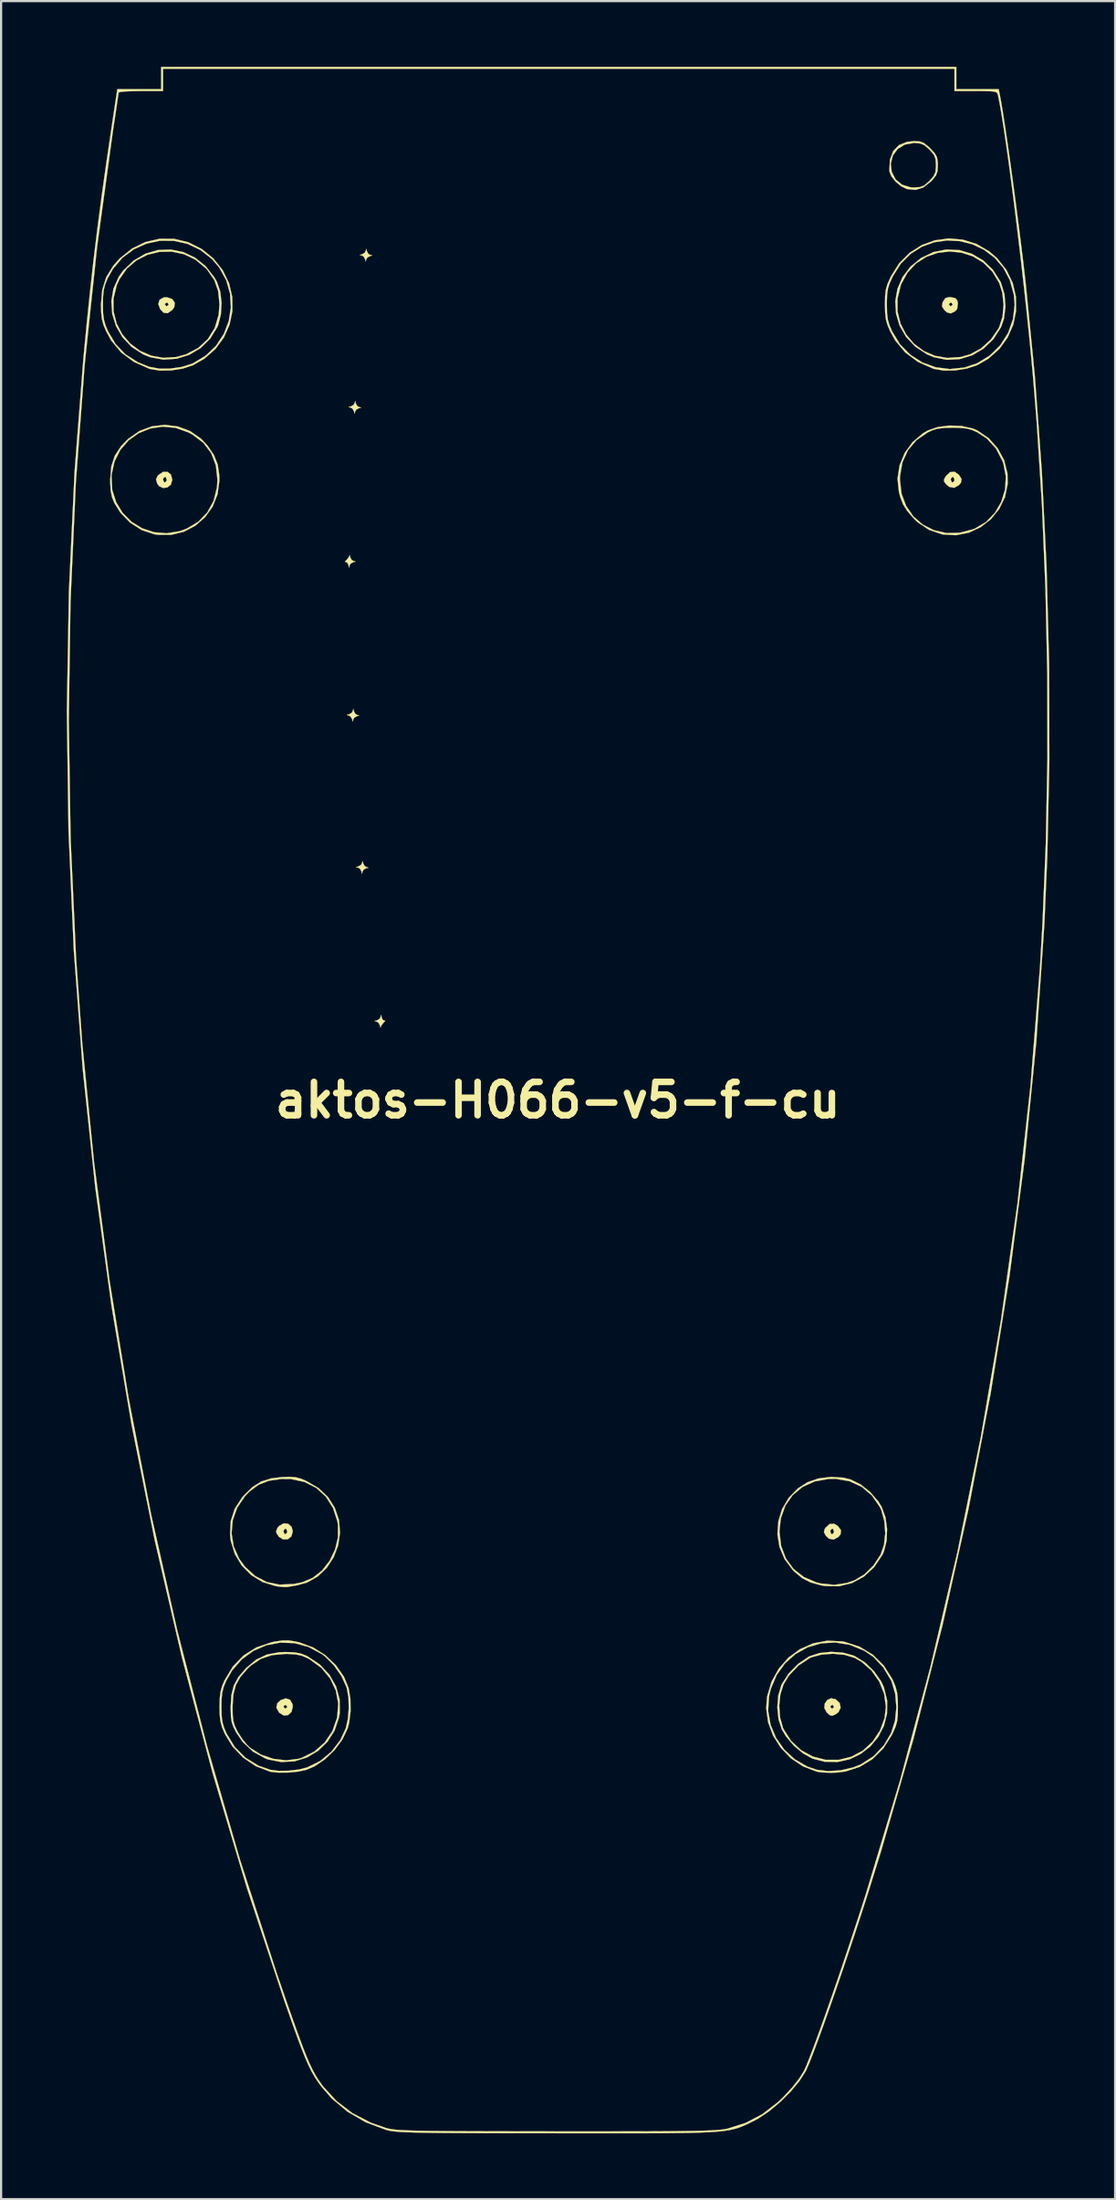
<source format=kicad_pcb>
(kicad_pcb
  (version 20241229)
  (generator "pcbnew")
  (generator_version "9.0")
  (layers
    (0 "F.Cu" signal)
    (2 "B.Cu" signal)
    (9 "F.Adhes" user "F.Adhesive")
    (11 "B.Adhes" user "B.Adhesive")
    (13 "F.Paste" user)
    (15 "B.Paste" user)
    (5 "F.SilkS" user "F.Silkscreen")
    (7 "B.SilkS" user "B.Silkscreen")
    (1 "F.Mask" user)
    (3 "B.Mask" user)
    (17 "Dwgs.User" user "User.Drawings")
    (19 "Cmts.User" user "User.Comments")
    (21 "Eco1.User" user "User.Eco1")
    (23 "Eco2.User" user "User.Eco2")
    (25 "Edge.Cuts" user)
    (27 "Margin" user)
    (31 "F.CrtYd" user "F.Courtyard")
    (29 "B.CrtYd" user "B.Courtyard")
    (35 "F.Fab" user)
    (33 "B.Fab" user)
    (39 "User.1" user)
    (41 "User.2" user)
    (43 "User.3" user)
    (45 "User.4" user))
  (footprint "aktos-H066-v5-f-cu"
    (layer "F.Cu")
    (at 22.431 47.164)
    (property "Reference" "aktos-H066-v5-f-cu" (at 0 0 0) (layer "F.SilkS") (effects (font (size 1.524 1.524) (thickness 0.3))))
    (attr through_hole)
    (fp_poly (pts (xy -9.489 -24.794) (xy -9.489 -24.792) (xy -9.413 -24.653) (xy -9.335 -24.612) (xy -9.236 -24.58) (xy -9.3 -24.565) (xy -9.328 -24.563) (xy -9.468 -24.484) (xy -9.509 -24.405) (xy -9.541 -24.301) (xy -9.554 -24.361) (xy -9.558 -24.405) (xy -9.616 -24.532) (xy -9.673 -24.555) (xy -9.729 -24.579) (xy -9.686 -24.618) (xy -9.573 -24.75) (xy -9.544 -24.807) (xy -9.504 -24.883) (xy -9.489 -24.794)) (stroke (width 0.01) (type solid)) (fill yes) (layer "F.SilkS"))
    (fp_poly (pts (xy -8.056 -3.833) (xy -8.053 -3.789) (xy -7.995 -3.662) (xy -7.938 -3.639) (xy -7.881 -3.615) (xy -7.925 -3.576) (xy -8.038 -3.444) (xy -8.066 -3.387) (xy -8.107 -3.311) (xy -8.121 -3.4) (xy -8.121 -3.402) (xy -8.198 -3.541) (xy -8.276 -3.582) (xy -8.375 -3.614) (xy -8.311 -3.629) (xy -8.282 -3.631) (xy -8.143 -3.71) (xy -8.102 -3.789) (xy -8.07 -3.893) (xy -8.056 -3.833)) (stroke (width 0.01) (type solid)) (fill yes) (layer "F.SilkS"))
    (fp_poly (pts (xy -9.325 -17.794) (xy -9.323 -17.765) (xy -9.244 -17.625) (xy -9.165 -17.584) (xy -9.066 -17.552) (xy -9.13 -17.538) (xy -9.159 -17.536) (xy -9.299 -17.456) (xy -9.34 -17.378) (xy -9.372 -17.279) (xy -9.386 -17.343) (xy -9.388 -17.372) (xy -9.468 -17.511) (xy -9.546 -17.552) (xy -9.645 -17.584) (xy -9.581 -17.599) (xy -9.552 -17.601) (xy -9.413 -17.68) (xy -9.372 -17.759) (xy -9.34 -17.858) (xy -9.325 -17.794)) (stroke (width 0.01) (type solid)) (fill yes) (layer "F.SilkS"))
    (fp_poly (pts (xy -9.241 -31.848) (xy -9.238 -31.82) (xy -9.159 -31.68) (xy -9.081 -31.639) (xy -8.982 -31.607) (xy -9.046 -31.593) (xy -9.074 -31.59) (xy -9.214 -31.511) (xy -9.255 -31.433) (xy -9.287 -31.334) (xy -9.301 -31.398) (xy -9.304 -31.426) (xy -9.383 -31.566) (xy -9.461 -31.607) (xy -9.56 -31.639) (xy -9.496 -31.653) (xy -9.468 -31.656) (xy -9.328 -31.735) (xy -9.287 -31.814) (xy -9.255 -31.912) (xy -9.241 -31.848)) (stroke (width 0.01) (type solid)) (fill yes) (layer "F.SilkS"))
    (fp_poly (pts (xy -8.902 -10.851) (xy -8.9 -10.822) (xy -8.82 -10.683) (xy -8.742 -10.642) (xy -8.643 -10.61) (xy -8.707 -10.595) (xy -8.736 -10.593) (xy -8.875 -10.514) (xy -8.916 -10.435) (xy -8.948 -10.336) (xy -8.963 -10.4) (xy -8.965 -10.429) (xy -9.044 -10.569) (xy -9.123 -10.61) (xy -9.222 -10.642) (xy -9.158 -10.656) (xy -9.129 -10.658) (xy -8.989 -10.738) (xy -8.948 -10.816) (xy -8.916 -10.915) (xy -8.902 -10.851)) (stroke (width 0.01) (type solid)) (fill yes) (layer "F.SilkS"))
    (fp_poly (pts (xy -8.733 -38.791) (xy -8.73 -38.762) (xy -8.651 -38.623) (xy -8.572 -38.582) (xy -8.474 -38.55) (xy -8.538 -38.535) (xy -8.566 -38.533) (xy -8.706 -38.454) (xy -8.747 -38.375) (xy -8.779 -38.276) (xy -8.793 -38.34) (xy -8.796 -38.369) (xy -8.875 -38.509) (xy -8.954 -38.55) (xy -9.052 -38.582) (xy -8.988 -38.596) (xy -8.96 -38.598) (xy -8.82 -38.678) (xy -8.779 -38.756) (xy -8.747 -38.855) (xy -8.733 -38.791)) (stroke (width 0.01) (type solid)) (fill yes) (layer "F.SilkS"))
    (fp_poly (pts (xy -17.611 -36.56) (xy -17.497 -36.395) (xy -17.522 -36.191) (xy -17.613 -36.066) (xy -17.824 -35.92) (xy -18.008 -35.939) (xy -18.165 -36.105) (xy -18.243 -36.322) (xy -17.949 -36.322) (xy -17.885 -36.24) (xy -17.865 -36.237) (xy -17.782 -36.302) (xy -17.78 -36.322) (xy -17.844 -36.404) (xy -17.865 -36.407) (xy -17.947 -36.342) (xy -17.949 -36.322) (xy -18.243 -36.322) (xy -18.25 -36.344) (xy -18.19 -36.534) (xy -18.006 -36.638) (xy -17.847 -36.644) (xy -17.611 -36.56)) (stroke (width 0.01) (type solid)) (fill yes) (layer "F.SilkS"))
    (fp_poly (pts (xy -12.316 19.336) (xy -12.16 19.475) (xy -12.107 19.685) (xy -12.173 19.915) (xy -12.336 20.042) (xy -12.547 20.048) (xy -12.736 19.933) (xy -12.844 19.777) (xy -12.869 19.685) (xy -12.531 19.685) (xy -12.485 19.798) (xy -12.446 19.812) (xy -12.371 19.743) (xy -12.361 19.685) (xy -12.407 19.572) (xy -12.446 19.558) (xy -12.521 19.627) (xy -12.531 19.685) (xy -12.869 19.685) (xy -12.814 19.536) (xy -12.736 19.437) (xy -12.524 19.316) (xy -12.316 19.336)) (stroke (width 0.01) (type solid)) (fill yes) (layer "F.SilkS"))
    (fp_poly (pts (xy -17.673 -28.554) (xy -17.611 -28.321) (xy -17.675 -28.099) (xy -17.832 -27.968) (xy -18.029 -27.939) (xy -18.214 -28.026) (xy -18.303 -28.151) (xy -18.349 -28.321) (xy -18.034 -28.321) (xy -17.988 -28.208) (xy -17.949 -28.194) (xy -17.874 -28.263) (xy -17.865 -28.321) (xy -17.91 -28.434) (xy -17.949 -28.448) (xy -18.024 -28.379) (xy -18.034 -28.321) (xy -18.349 -28.321) (xy -18.354 -28.337) (xy -18.282 -28.491) (xy -18.246 -28.532) (xy -18.036 -28.675) (xy -17.829 -28.677) (xy -17.673 -28.554)) (stroke (width 0.01) (type solid)) (fill yes) (layer "F.SilkS"))
    (fp_poly (pts (xy -12.231 27.37) (xy -12.12 27.565) (xy -12.107 27.686) (xy -12.169 27.929) (xy -12.324 28.068) (xy -12.525 28.084) (xy -12.728 27.956) (xy -12.729 27.954) (xy -12.856 27.731) (xy -12.847 27.686) (xy -12.531 27.686) (xy -12.466 27.768) (xy -12.446 27.771) (xy -12.364 27.706) (xy -12.361 27.686) (xy -12.426 27.604) (xy -12.446 27.601) (xy -12.528 27.666) (xy -12.531 27.686) (xy -12.847 27.686) (xy -12.816 27.529) (xy -12.663 27.386) (xy -12.424 27.304) (xy -12.231 27.37)) (stroke (width 0.01) (type solid)) (fill yes) (layer "F.SilkS"))
    (fp_poly (pts (xy 12.69 27.342) (xy 12.875 27.516) (xy 12.918 27.73) (xy 12.82 27.933) (xy 12.696 28.027) (xy 12.538 28.097) (xy 12.426 28.074) (xy 12.283 27.946) (xy 12.175 27.749) (xy 12.18 27.686) (xy 12.446 27.686) (xy 12.51 27.768) (xy 12.531 27.771) (xy 12.613 27.706) (xy 12.615 27.686) (xy 12.551 27.604) (xy 12.531 27.601) (xy 12.448 27.666) (xy 12.446 27.686) (xy 12.18 27.686) (xy 12.191 27.546) (xy 12.303 27.382) (xy 12.481 27.3) (xy 12.69 27.342)) (stroke (width 0.01) (type solid)) (fill yes) (layer "F.SilkS"))
    (fp_poly (pts (xy 12.791 19.437) (xy 12.935 19.629) (xy 12.915 19.813) (xy 12.821 19.933) (xy 12.604 20.055) (xy 12.385 20.016) (xy 12.24 19.879) (xy 12.156 19.717) (xy 12.164 19.685) (xy 12.446 19.685) (xy 12.492 19.798) (xy 12.531 19.812) (xy 12.606 19.743) (xy 12.615 19.685) (xy 12.57 19.572) (xy 12.531 19.558) (xy 12.456 19.627) (xy 12.446 19.685) (xy 12.164 19.685) (xy 12.19 19.576) (xy 12.224 19.52) (xy 12.413 19.347) (xy 12.628 19.337) (xy 12.791 19.437)) (stroke (width 0.01) (type solid)) (fill yes) (layer "F.SilkS"))
    (fp_poly (pts (xy 18.317 -28.547) (xy 18.442 -28.353) (xy 18.415 -28.184) (xy 18.324 -28.073) (xy 18.106 -27.951) (xy 17.879 -27.993) (xy 17.74 -28.107) (xy 17.641 -28.239) (xy 17.647 -28.321) (xy 17.949 -28.321) (xy 17.995 -28.208) (xy 18.034 -28.194) (xy 18.109 -28.263) (xy 18.119 -28.321) (xy 18.073 -28.434) (xy 18.034 -28.448) (xy 17.959 -28.379) (xy 17.949 -28.321) (xy 17.647 -28.321) (xy 17.649 -28.353) (xy 17.728 -28.488) (xy 17.916 -28.666) (xy 18.125 -28.681) (xy 18.317 -28.547)) (stroke (width 0.01) (type solid)) (fill yes) (layer "F.SilkS"))
    (fp_poly (pts (xy 17.971 -36.645) (xy 18.167 -36.602) (xy 18.252 -36.489) (xy 18.274 -36.369) (xy 18.242 -36.116) (xy 18.152 -36.009) (xy 17.948 -35.908) (xy 17.773 -35.957) (xy 17.653 -36.068) (xy 17.551 -36.225) (xy 17.562 -36.322) (xy 17.865 -36.322) (xy 17.929 -36.24) (xy 17.949 -36.237) (xy 18.032 -36.302) (xy 18.034 -36.322) (xy 17.97 -36.404) (xy 17.949 -36.407) (xy 17.867 -36.342) (xy 17.865 -36.322) (xy 17.562 -36.322) (xy 17.571 -36.39) (xy 17.598 -36.455) (xy 17.702 -36.607) (xy 17.863 -36.651) (xy 17.971 -36.645)) (stroke (width 0.01) (type solid)) (fill yes) (layer "F.SilkS"))
    (fp_poly (pts (xy 16.537 -43.757) (xy 16.723 -43.687) (xy 16.919 -43.531) (xy 17.018 -43.434) (xy 17.217 -43.219) (xy 17.318 -43.041) (xy 17.353 -42.828) (xy 17.357 -42.672) (xy 17.342 -42.405) (xy 17.278 -42.215) (xy 17.13 -42.025) (xy 17.029 -41.921) (xy 16.69 -41.656) (xy 16.343 -41.548) (xy 15.953 -41.586) (xy 15.944 -41.588) (xy 15.684 -41.712) (xy 15.432 -41.921) (xy 15.236 -42.166) (xy 15.144 -42.397) (xy 15.143 -42.413) (xy 15.161 -42.743) (xy 15.209 -42.743) (xy 15.249 -42.381) (xy 15.428 -42.027) (xy 15.724 -41.782) (xy 16.114 -41.664) (xy 16.26 -41.656) (xy 16.536 -41.673) (xy 16.734 -41.75) (xy 16.937 -41.92) (xy 16.973 -41.955) (xy 17.16 -42.166) (xy 17.248 -42.359) (xy 17.272 -42.618) (xy 17.272 -42.672) (xy 17.255 -42.95) (xy 17.18 -43.148) (xy 17.011 -43.35) (xy 16.973 -43.389) (xy 16.762 -43.576) (xy 16.568 -43.664) (xy 16.309 -43.688) (xy 16.26 -43.688) (xy 15.849 -43.615) (xy 15.523 -43.414) (xy 15.302 -43.114) (xy 15.209 -42.743) (xy 15.161 -42.743) (xy 15.17 -42.923) (xy 15.319 -43.317) (xy 15.584 -43.591) (xy 15.964 -43.742) (xy 16.29 -43.773) (xy 16.537 -43.757)) (stroke (width 0.01) (type solid)) (fill yes) (layer "F.SilkS"))
    (fp_poly (pts (xy -17.111 -38.708) (xy -16.573 -38.455) (xy -16.091 -38.068) (xy -15.685 -37.549) (xy -15.567 -37.339) (xy -15.42 -36.906) (xy -15.361 -36.394) (xy -15.392 -35.866) (xy -15.512 -35.386) (xy -15.553 -35.287) (xy -15.885 -34.751) (xy -16.324 -34.324) (xy -16.844 -34.017) (xy -17.417 -33.84) (xy -18.017 -33.801) (xy -18.617 -33.912) (xy -18.94 -34.041) (xy -19.469 -34.381) (xy -19.885 -34.82) (xy -20.182 -35.331) (xy -20.354 -35.888) (xy -20.395 -36.465) (xy -20.375 -36.583) (xy -20.299 -36.583) (xy -20.294 -35.996) (xy -20.154 -35.448) (xy -19.896 -34.956) (xy -19.536 -34.536) (xy -19.092 -34.205) (xy -18.58 -33.981) (xy -18.018 -33.879) (xy -17.422 -33.918) (xy -16.985 -34.04) (xy -16.425 -34.333) (xy -15.983 -34.741) (xy -15.669 -35.251) (xy -15.492 -35.85) (xy -15.455 -36.323) (xy -15.512 -36.921) (xy -15.691 -37.43) (xy -16.008 -37.889) (xy -16.073 -37.961) (xy -16.545 -38.357) (xy -17.074 -38.612) (xy -17.635 -38.731) (xy -18.203 -38.72) (xy -18.752 -38.583) (xy -19.256 -38.325) (xy -19.69 -37.95) (xy -20.029 -37.464) (xy -20.151 -37.191) (xy -20.299 -36.583) (xy -20.375 -36.583) (xy -20.298 -37.037) (xy -20.058 -37.578) (xy -19.852 -37.866) (xy -19.37 -38.324) (xy -18.833 -38.635) (xy -18.263 -38.801) (xy -17.682 -38.824) (xy -17.111 -38.708)) (stroke (width 0.01) (type solid)) (fill yes) (layer "F.SilkS"))
    (fp_poly (pts (xy 18.344 -38.797) (xy 18.912 -38.629) (xy 19.429 -38.328) (xy 19.872 -37.903) (xy 20.217 -37.361) (xy 20.247 -37.296) (xy 20.402 -36.783) (xy 20.447 -36.222) (xy 20.381 -35.675) (xy 20.245 -35.283) (xy 19.896 -34.737) (xy 19.449 -34.306) (xy 18.929 -33.999) (xy 18.36 -33.825) (xy 17.766 -33.793) (xy 17.173 -33.913) (xy 16.867 -34.04) (xy 16.324 -34.395) (xy 15.906 -34.839) (xy 15.614 -35.348) (xy 15.45 -35.898) (xy 15.417 -36.466) (xy 15.437 -36.585) (xy 15.516 -36.585) (xy 15.517 -35.993) (xy 15.654 -35.441) (xy 15.911 -34.946) (xy 16.269 -34.526) (xy 16.713 -34.196) (xy 17.227 -33.973) (xy 17.792 -33.875) (xy 18.394 -33.917) (xy 18.829 -34.04) (xy 19.333 -34.312) (xy 19.778 -34.715) (xy 20.123 -35.209) (xy 20.164 -35.29) (xy 20.317 -35.77) (xy 20.362 -36.318) (xy 20.3 -36.871) (xy 20.163 -37.296) (xy 19.846 -37.821) (xy 19.436 -38.227) (xy 18.957 -38.515) (xy 18.434 -38.685) (xy 17.889 -38.737) (xy 17.347 -38.672) (xy 16.832 -38.491) (xy 16.367 -38.194) (xy 15.978 -37.781) (xy 15.687 -37.253) (xy 15.667 -37.201) (xy 15.516 -36.585) (xy 15.437 -36.585) (xy 15.514 -37.029) (xy 15.744 -37.563) (xy 16.108 -38.043) (xy 16.588 -38.434) (xy 17.158 -38.707) (xy 17.752 -38.826) (xy 18.344 -38.797)) (stroke (width 0.01) (type solid)) (fill yes) (layer "F.SilkS"))
    (fp_poly (pts (xy -17.353 -30.747) (xy -16.792 -30.535) (xy -16.291 -30.185) (xy -16.004 -29.879) (xy -15.707 -29.441) (xy -15.535 -29.009) (xy -15.465 -28.516) (xy -15.461 -28.279) (xy -15.544 -27.654) (xy -15.768 -27.091) (xy -16.114 -26.607) (xy -16.559 -26.219) (xy -17.083 -25.945) (xy -17.666 -25.802) (xy -18.287 -25.806) (xy -18.428 -25.829) (xy -19.009 -26.023) (xy -19.537 -26.359) (xy -19.979 -26.813) (xy -20.255 -27.254) (xy -20.364 -27.521) (xy -20.424 -27.809) (xy -20.446 -28.181) (xy -20.447 -28.321) (xy -20.434 -28.477) (xy -20.389 -28.477) (xy -20.354 -27.853) (xy -20.175 -27.289) (xy -19.875 -26.8) (xy -19.473 -26.399) (xy -18.991 -26.101) (xy -18.448 -25.921) (xy -17.866 -25.873) (xy -17.264 -25.971) (xy -16.965 -26.078) (xy -16.432 -26.393) (xy -16.014 -26.824) (xy -15.723 -27.354) (xy -15.57 -27.965) (xy -15.548 -28.321) (xy -15.621 -28.973) (xy -15.836 -29.534) (xy -16.194 -30.004) (xy -16.694 -30.382) (xy -16.865 -30.475) (xy -17.457 -30.685) (xy -18.049 -30.742) (xy -18.62 -30.657) (xy -19.148 -30.443) (xy -19.61 -30.113) (xy -19.985 -29.679) (xy -20.25 -29.154) (xy -20.383 -28.55) (xy -20.389 -28.477) (xy -20.434 -28.477) (xy -20.398 -28.916) (xy -20.238 -29.412) (xy -19.948 -29.853) (xy -19.622 -30.186) (xy -19.107 -30.543) (xy -18.538 -30.754) (xy -17.944 -30.821) (xy -17.353 -30.747)) (stroke (width 0.01) (type solid)) (fill yes) (layer "F.SilkS"))
    (fp_poly (pts (xy 13.041 17.231) (xy 13.364 17.31) (xy 13.828 17.538) (xy 14.271 17.889) (xy 14.641 18.319) (xy 14.797 18.574) (xy 14.966 19.042) (xy 15.039 19.576) (xy 15.016 20.116) (xy 14.895 20.601) (xy 14.831 20.743) (xy 14.453 21.309) (xy 13.984 21.744) (xy 13.44 22.039) (xy 12.84 22.186) (xy 12.202 22.176) (xy 12.023 22.144) (xy 11.542 22.01) (xy 11.16 21.815) (xy 10.808 21.522) (xy 10.736 21.449) (xy 10.358 20.946) (xy 10.125 20.39) (xy 10.031 19.807) (xy 10.04 19.685) (xy 10.122 19.685) (xy 10.197 20.338) (xy 10.414 20.911) (xy 10.761 21.39) (xy 11.227 21.76) (xy 11.801 22.008) (xy 12.022 22.062) (xy 12.626 22.123) (xy 13.195 22.039) (xy 13.556 21.913) (xy 14.009 21.64) (xy 14.419 21.237) (xy 14.746 20.743) (xy 14.901 20.292) (xy 14.957 19.763) (xy 14.917 19.22) (xy 14.78 18.721) (xy 14.712 18.573) (xy 14.348 18.045) (xy 13.884 17.65) (xy 13.331 17.395) (xy 12.702 17.285) (xy 12.375 17.287) (xy 11.733 17.401) (xy 11.18 17.652) (xy 10.728 18.026) (xy 10.393 18.508) (xy 10.186 19.085) (xy 10.122 19.685) (xy 10.04 19.685) (xy 10.073 19.222) (xy 10.245 18.662) (xy 10.545 18.153) (xy 10.966 17.721) (xy 11.402 17.441) (xy 11.904 17.267) (xy 12.473 17.196) (xy 13.041 17.231)) (stroke (width 0.01) (type solid)) (fill yes) (layer "F.SilkS"))
    (fp_poly (pts (xy 13.021 25.218) (xy 13.504 25.348) (xy 13.565 25.375) (xy 14.028 25.664) (xy 14.447 26.07) (xy 14.774 26.538) (xy 14.896 26.803) (xy 15.043 27.409) (xy 15.037 27.998) (xy 14.897 28.552) (xy 14.64 29.054) (xy 14.282 29.488) (xy 13.84 29.836) (xy 13.333 30.081) (xy 12.776 30.207) (xy 12.187 30.196) (xy 11.633 30.051) (xy 11.201 29.814) (xy 10.78 29.461) (xy 10.422 29.039) (xy 10.232 28.721) (xy 10.081 28.252) (xy 10.027 27.712) (xy 10.032 27.645) (xy 10.112 27.645) (xy 10.152 28.179) (xy 10.284 28.65) (xy 10.313 28.712) (xy 10.662 29.252) (xy 11.115 29.671) (xy 11.645 29.96) (xy 12.229 30.109) (xy 12.843 30.108) (xy 13.416 29.966) (xy 13.941 29.683) (xy 14.382 29.274) (xy 14.718 28.77) (xy 14.926 28.204) (xy 14.986 27.686) (xy 14.906 27.096) (xy 14.68 26.535) (xy 14.331 26.038) (xy 13.882 25.64) (xy 13.56 25.457) (xy 13.101 25.317) (xy 12.574 25.266) (xy 12.047 25.304) (xy 11.584 25.43) (xy 11.506 25.465) (xy 10.993 25.804) (xy 10.561 26.259) (xy 10.312 26.662) (xy 10.165 27.117) (xy 10.112 27.645) (xy 10.032 27.645) (xy 10.071 27.17) (xy 10.213 26.692) (xy 10.231 26.654) (xy 10.547 26.166) (xy 10.977 25.73) (xy 11.465 25.401) (xy 11.498 25.384) (xy 11.952 25.236) (xy 12.481 25.181) (xy 13.021 25.218)) (stroke (width 0.01) (type solid)) (fill yes) (layer "F.SilkS"))
    (fp_poly (pts (xy -11.968 17.214) (xy -11.726 17.28) (xy -11.499 17.376) (xy -10.93 17.706) (xy -10.495 18.121) (xy -10.187 18.608) (xy -9.996 19.171) (xy -9.95 19.752) (xy -10.036 20.325) (xy -10.241 20.863) (xy -10.553 21.341) (xy -10.959 21.733) (xy -11.447 22.014) (xy -11.896 22.141) (xy -12.145 22.183) (xy -12.334 22.216) (xy -12.361 22.221) (xy -12.518 22.223) (xy -12.765 22.198) (xy -12.876 22.181) (xy -13.476 21.999) (xy -14.002 21.679) (xy -14.435 21.244) (xy -14.754 20.716) (xy -14.938 20.117) (xy -14.971 19.841) (xy -14.968 19.769) (xy -14.903 19.769) (xy -14.808 20.362) (xy -14.562 20.923) (xy -14.292 21.293) (xy -13.823 21.72) (xy -13.3 21.993) (xy -12.715 22.113) (xy -12.059 22.082) (xy -11.676 22.005) (xy -11.19 21.801) (xy -10.766 21.464) (xy -10.422 21.024) (xy -10.175 20.511) (xy -10.042 19.955) (xy -10.041 19.387) (xy -10.066 19.234) (xy -10.269 18.613) (xy -10.597 18.097) (xy -11.036 17.697) (xy -11.571 17.426) (xy -12.187 17.294) (xy -12.636 17.29) (xy -13.206 17.373) (xy -13.671 17.555) (xy -14.079 17.857) (xy -14.292 18.077) (xy -14.646 18.599) (xy -14.85 19.172) (xy -14.903 19.769) (xy -14.968 19.769) (xy -14.941 19.216) (xy -14.76 18.655) (xy -14.421 18.133) (xy -14.333 18.032) (xy -13.939 17.651) (xy -13.539 17.403) (xy -13.08 17.261) (xy -12.603 17.205) (xy -12.237 17.193) (xy -11.968 17.214)) (stroke (width 0.01) (type solid)) (fill yes) (layer "F.SilkS"))
    (fp_poly (pts (xy 18.44 -30.769) (xy 18.942 -30.659) (xy 19.161 -30.568) (xy 19.682 -30.213) (xy 20.096 -29.748) (xy 20.387 -29.202) (xy 20.539 -28.605) (xy 20.55 -28.133) (xy 20.425 -27.525) (xy 20.161 -26.981) (xy 19.783 -26.517) (xy 19.313 -26.152) (xy 18.774 -25.902) (xy 18.188 -25.786) (xy 17.579 -25.821) (xy 17.555 -25.826) (xy 16.955 -26.031) (xy 16.429 -26.383) (xy 16.25 -26.557) (xy 15.963 -26.891) (xy 15.773 -27.19) (xy 15.644 -27.521) (xy 15.581 -27.758) (xy 15.523 -28.321) (xy 15.626 -28.321) (xy 15.701 -27.68) (xy 15.913 -27.116) (xy 16.243 -26.642) (xy 16.671 -26.27) (xy 17.178 -26.014) (xy 17.744 -25.884) (xy 18.35 -25.896) (xy 18.977 -26.059) (xy 19.059 -26.093) (xy 19.562 -26.392) (xy 19.966 -26.807) (xy 20.259 -27.31) (xy 20.43 -27.871) (xy 20.466 -28.461) (xy 20.355 -29.051) (xy 20.318 -29.158) (xy 20.018 -29.737) (xy 19.603 -30.194) (xy 19.163 -30.483) (xy 18.916 -30.593) (xy 18.67 -30.657) (xy 18.365 -30.686) (xy 18.034 -30.692) (xy 17.637 -30.683) (xy 17.348 -30.648) (xy 17.107 -30.576) (xy 16.904 -30.482) (xy 16.387 -30.129) (xy 15.996 -29.669) (xy 15.741 -29.116) (xy 15.63 -28.484) (xy 15.626 -28.321) (xy 15.523 -28.321) (xy 15.518 -28.369) (xy 15.61 -28.971) (xy 15.843 -29.535) (xy 16.203 -30.033) (xy 16.677 -30.435) (xy 16.905 -30.567) (xy 17.358 -30.723) (xy 17.891 -30.79) (xy 18.44 -30.769)) (stroke (width 0.01) (type solid)) (fill yes) (layer "F.SilkS"))
    (fp_poly (pts (xy -17.529 -39.312) (xy -16.883 -39.158) (xy -16.271 -38.852) (xy -15.743 -38.424) (xy -15.307 -37.881) (xy -15.018 -37.284) (xy -14.872 -36.657) (xy -14.865 -36.021) (xy -14.994 -35.4) (xy -15.253 -34.814) (xy -15.639 -34.288) (xy -16.147 -33.842) (xy -16.66 -33.549) (xy -17.13 -33.392) (xy -17.66 -33.308) (xy -18.184 -33.301) (xy -18.637 -33.377) (xy -18.669 -33.388) (xy -19.367 -33.698) (xy -19.942 -34.124) (xy -20.397 -34.669) (xy -20.631 -35.094) (xy -20.755 -35.391) (xy -20.827 -35.66) (xy -20.86 -35.97) (xy -20.867 -36.322) (xy -20.782 -36.322) (xy -20.773 -35.922) (xy -20.735 -35.622) (xy -20.657 -35.354) (xy -20.547 -35.094) (xy -20.199 -34.506) (xy -19.752 -34.041) (xy -19.187 -33.682) (xy -18.669 -33.472) (xy -18.228 -33.389) (xy -17.709 -33.389) (xy -17.179 -33.465) (xy -16.705 -33.614) (xy -16.665 -33.632) (xy -16.077 -33.985) (xy -15.606 -34.44) (xy -15.256 -34.974) (xy -15.03 -35.563) (xy -14.934 -36.183) (xy -14.971 -36.812) (xy -15.147 -37.425) (xy -15.465 -37.999) (xy -15.785 -38.377) (xy -16.322 -38.803) (xy -16.915 -39.084) (xy -17.539 -39.224) (xy -18.172 -39.226) (xy -18.79 -39.095) (xy -19.369 -38.836) (xy -19.887 -38.451) (xy -20.319 -37.947) (xy -20.558 -37.524) (xy -20.677 -37.236) (xy -20.746 -36.966) (xy -20.776 -36.648) (xy -20.782 -36.322) (xy -20.867 -36.322) (xy -20.81 -36.989) (xy -20.628 -37.564) (xy -20.307 -38.084) (xy -20.008 -38.42) (xy -19.447 -38.87) (xy -18.833 -39.168) (xy -18.186 -39.316) (xy -17.529 -39.312)) (stroke (width 0.01) (type solid)) (fill yes) (layer "F.SilkS"))
    (fp_poly (pts (xy 12.974 24.702) (xy 13.092 24.723) (xy 13.783 24.946) (xy 14.387 25.311) (xy 14.89 25.808) (xy 15.281 26.426) (xy 15.309 26.486) (xy 15.428 26.774) (xy 15.497 27.047) (xy 15.528 27.37) (xy 15.534 27.688) (xy 15.528 28.07) (xy 15.497 28.351) (xy 15.427 28.599) (xy 15.302 28.884) (xy 15.261 28.968) (xy 14.873 29.58) (xy 14.378 30.071) (xy 13.793 30.428) (xy 13.136 30.64) (xy 12.725 30.693) (xy 12.373 30.699) (xy 12.038 30.68) (xy 11.831 30.647) (xy 11.202 30.408) (xy 10.65 30.039) (xy 10.189 29.565) (xy 9.836 29.01) (xy 9.607 28.399) (xy 9.535 27.874) (xy 9.606 27.874) (xy 9.719 28.515) (xy 9.971 29.114) (xy 10.346 29.646) (xy 10.829 30.089) (xy 11.403 30.418) (xy 11.831 30.563) (xy 12.347 30.626) (xy 12.923 30.588) (xy 13.492 30.457) (xy 13.85 30.313) (xy 14.432 29.938) (xy 14.899 29.44) (xy 15.227 28.881) (xy 15.403 28.326) (xy 15.465 27.708) (xy 15.411 27.088) (xy 15.243 26.526) (xy 15.227 26.491) (xy 14.866 25.889) (xy 14.407 25.406) (xy 13.996 25.128) (xy 13.339 24.861) (xy 12.676 24.752) (xy 12.03 24.791) (xy 11.418 24.969) (xy 10.862 25.275) (xy 10.382 25.7) (xy 9.997 26.234) (xy 9.729 26.868) (xy 9.646 27.214) (xy 9.606 27.874) (xy 9.535 27.874) (xy 9.518 27.754) (xy 9.561 27.214) (xy 9.764 26.538) (xy 10.095 25.944) (xy 10.534 25.446) (xy 11.062 25.059) (xy 11.657 24.797) (xy 12.302 24.673) (xy 12.974 24.702)) (stroke (width 0.01) (type solid)) (fill yes) (layer "F.SilkS"))
    (fp_poly (pts (xy 18.499 -39.275) (xy 19.122 -39.08) (xy 19.707 -38.739) (xy 20.061 -38.433) (xy 20.493 -37.891) (xy 20.78 -37.294) (xy 20.925 -36.665) (xy 20.932 -36.026) (xy 20.805 -35.402) (xy 20.549 -34.815) (xy 20.168 -34.287) (xy 19.666 -33.842) (xy 19.159 -33.551) (xy 18.685 -33.393) (xy 18.152 -33.308) (xy 17.626 -33.301) (xy 17.172 -33.379) (xy 17.145 -33.388) (xy 16.447 -33.698) (xy 15.872 -34.125) (xy 15.416 -34.671) (xy 15.181 -35.094) (xy 15.056 -35.389) (xy 14.984 -35.655) (xy 14.951 -35.96) (xy 14.944 -36.324) (xy 15.028 -36.324) (xy 15.038 -35.925) (xy 15.074 -35.628) (xy 15.151 -35.362) (xy 15.266 -35.094) (xy 15.628 -34.502) (xy 16.097 -34.025) (xy 16.649 -33.671) (xy 17.261 -33.449) (xy 17.908 -33.368) (xy 18.569 -33.437) (xy 19.156 -33.634) (xy 19.739 -33.99) (xy 20.215 -34.461) (xy 20.571 -35.023) (xy 20.793 -35.649) (xy 20.869 -36.317) (xy 20.832 -36.761) (xy 20.651 -37.422) (xy 20.351 -37.986) (xy 19.952 -38.45) (xy 19.474 -38.81) (xy 18.939 -39.065) (xy 18.366 -39.209) (xy 17.777 -39.241) (xy 17.191 -39.157) (xy 16.63 -38.954) (xy 16.115 -38.628) (xy 15.664 -38.178) (xy 15.307 -37.611) (xy 15.165 -37.304) (xy 15.081 -37.05) (xy 15.041 -36.782) (xy 15.029 -36.431) (xy 15.028 -36.324) (xy 14.944 -36.324) (xy 14.951 -36.706) (xy 14.983 -36.989) (xy 15.055 -37.239) (xy 15.181 -37.527) (xy 15.222 -37.61) (xy 15.601 -38.207) (xy 16.077 -38.681) (xy 16.627 -39.028) (xy 17.229 -39.246) (xy 17.861 -39.329) (xy 18.499 -39.275)) (stroke (width 0.01) (type solid)) (fill yes) (layer "F.SilkS"))
    (fp_poly (pts (xy -12.051 25.203) (xy -11.756 25.254) (xy -11.492 25.355) (xy -11.43 25.386) (xy -10.871 25.759) (xy -10.434 26.225) (xy -10.129 26.762) (xy -9.968 27.349) (xy -9.961 27.965) (xy -9.995 28.17) (xy -10.198 28.773) (xy -10.526 29.287) (xy -10.957 29.702) (xy -11.465 30.002) (xy -12.03 30.176) (xy -12.626 30.21) (xy -13.231 30.091) (xy -13.341 30.052) (xy -13.912 29.743) (xy -14.39 29.299) (xy -14.692 28.859) (xy -14.82 28.61) (xy -14.895 28.391) (xy -14.932 28.141) (xy -14.942 27.798) (xy -14.943 27.686) (xy -14.858 27.686) (xy -14.852 28.063) (xy -14.823 28.331) (xy -14.759 28.553) (xy -14.647 28.788) (xy -14.608 28.859) (xy -14.415 29.157) (xy -14.19 29.431) (xy -14.058 29.559) (xy -13.561 29.871) (xy -12.995 30.065) (xy -12.406 30.132) (xy -11.841 30.063) (xy -11.69 30.016) (xy -11.116 29.728) (xy -10.646 29.314) (xy -10.295 28.793) (xy -10.083 28.187) (xy -10.079 28.17) (xy -10.03 27.543) (xy -10.14 26.945) (xy -10.399 26.397) (xy -10.796 25.918) (xy -11.321 25.53) (xy -11.43 25.471) (xy -11.696 25.356) (xy -11.978 25.296) (xy -12.343 25.275) (xy -12.446 25.275) (xy -13.057 25.33) (xy -13.57 25.502) (xy -14.02 25.804) (xy -14.167 25.942) (xy -14.499 26.322) (xy -14.711 26.701) (xy -14.823 27.132) (xy -14.858 27.668) (xy -14.858 27.686) (xy -14.943 27.686) (xy -14.91 27.148) (xy -14.8 26.714) (xy -14.589 26.329) (xy -14.254 25.939) (xy -14.212 25.896) (xy -13.767 25.53) (xy -13.287 25.304) (xy -12.73 25.201) (xy -12.446 25.19) (xy -12.051 25.203)) (stroke (width 0.01) (type solid)) (fill yes) (layer "F.SilkS"))
    (fp_poly (pts (xy -11.985 24.708) (xy -11.796 24.752) (xy -11.181 24.979) (xy -10.618 25.334) (xy -10.138 25.791) (xy -9.769 26.32) (xy -9.557 26.835) (xy -9.474 27.329) (xy -9.467 27.886) (xy -9.533 28.421) (xy -9.599 28.669) (xy -9.84 29.177) (xy -10.2 29.662) (xy -10.639 30.086) (xy -11.121 30.409) (xy -11.499 30.568) (xy -11.881 30.648) (xy -12.326 30.691) (xy -12.761 30.694) (xy -13.115 30.654) (xy -13.145 30.647) (xy -13.793 30.399) (xy -14.374 30.009) (xy -14.86 29.499) (xy -15.215 28.914) (xy -15.339 28.618) (xy -15.411 28.352) (xy -15.445 28.046) (xy -15.452 27.686) (xy -15.367 27.686) (xy -15.358 28.084) (xy -15.321 28.382) (xy -15.244 28.648) (xy -15.13 28.914) (xy -14.757 29.523) (xy -14.267 30.014) (xy -13.676 30.376) (xy -13.145 30.562) (xy -12.76 30.613) (xy -12.293 30.607) (xy -11.822 30.55) (xy -11.447 30.455) (xy -10.85 30.159) (xy -10.335 29.73) (xy -9.929 29.195) (xy -9.684 28.664) (xy -9.588 28.235) (xy -9.548 27.735) (xy -9.566 27.238) (xy -9.643 26.819) (xy -9.651 26.794) (xy -9.883 26.287) (xy -10.227 25.798) (xy -10.633 25.391) (xy -10.776 25.283) (xy -11.391 24.955) (xy -12.034 24.782) (xy -12.683 24.759) (xy -13.314 24.878) (xy -13.906 25.134) (xy -14.436 25.521) (xy -14.88 26.031) (xy -15.144 26.491) (xy -15.262 26.775) (xy -15.331 27.042) (xy -15.361 27.358) (xy -15.367 27.686) (xy -15.452 27.686) (xy -15.442 27.284) (xy -15.404 26.984) (xy -15.327 26.719) (xy -15.226 26.486) (xy -14.844 25.85) (xy -14.357 25.347) (xy -13.766 24.977) (xy -13.072 24.743) (xy -12.928 24.713) (xy -12.582 24.662) (xy -12.297 24.659) (xy -11.985 24.708)) (stroke (width 0.01) (type solid)) (fill yes) (layer "F.SilkS"))
    (fp_poly (pts (xy 18.203 -46.143) (xy 20.137 -46.143) (xy 20.185 -45.91) (xy 20.254 -45.537) (xy 20.34 -45.018) (xy 20.439 -44.375) (xy 20.549 -43.631) (xy 20.666 -42.808) (xy 20.787 -41.929) (xy 20.91 -41.016) (xy 21.03 -40.091) (xy 21.146 -39.177) (xy 21.254 -38.296) (xy 21.35 -37.47) (xy 21.375 -37.253) (xy 21.791 -33.028) (xy 22.108 -28.704) (xy 22.325 -24.32) (xy 22.44 -19.914) (xy 22.452 -15.525) (xy 22.36 -11.192) (xy 22.224 -8.043) (xy 21.857 -2.678) (xy 21.325 2.685) (xy 20.63 8.038) (xy 19.773 13.37) (xy 18.756 18.671) (xy 17.58 23.931) (xy 16.249 29.14) (xy 14.763 34.288) (xy 14.168 36.195) (xy 13.879 37.093) (xy 13.579 38.01) (xy 13.273 38.928) (xy 12.968 39.83) (xy 12.67 40.698) (xy 12.384 41.516) (xy 12.118 42.266) (xy 11.876 42.931) (xy 11.665 43.493) (xy 11.492 43.936) (xy 11.361 44.241) (xy 11.321 44.323) (xy 11.031 44.775) (xy 10.628 45.257) (xy 10.154 45.728) (xy 9.65 46.149) (xy 9.159 46.48) (xy 8.975 46.578) (xy 8.773 46.677) (xy 8.592 46.764) (xy 8.42 46.839) (xy 8.245 46.905) (xy 8.055 46.96) (xy 7.84 47.007) (xy 7.587 47.046) (xy 7.285 47.078) (xy 6.922 47.103) (xy 6.487 47.122) (xy 5.967 47.136) (xy 5.352 47.145) (xy 4.63 47.151) (xy 3.788 47.154) (xy 2.816 47.155) (xy 1.702 47.155) (xy 0.434 47.154) (xy -0.028 47.153) (xy -1.316 47.152) (xy -2.445 47.15) (xy -3.428 47.148) (xy -4.276 47.145) (xy -4.999 47.141) (xy -5.609 47.135) (xy -6.118 47.128) (xy -6.536 47.119) (xy -6.875 47.108) (xy -7.146 47.095) (xy -7.36 47.08) (xy -7.529 47.062) (xy -7.664 47.041) (xy -7.776 47.016) (xy -7.851 46.996) (xy -8.772 46.652) (xy -9.599 46.174) (xy -10.32 45.572) (xy -10.798 45.025) (xy -10.959 44.804) (xy -11.105 44.583) (xy -11.243 44.344) (xy -11.382 44.065) (xy -11.53 43.729) (xy -11.695 43.316) (xy -11.887 42.806) (xy -12.113 42.18) (xy -12.382 41.419) (xy -12.477 41.148) (xy -14.205 35.95) (xy -15.77 30.709) (xy -17.171 25.43) (xy -18.407 20.115) (xy -19.479 14.769) (xy -20.386 9.395) (xy -21.127 3.996) (xy -21.702 -1.424) (xy -22.11 -6.861) (xy -22.352 -12.313) (xy -22.42 -17.317) (xy -22.34 -17.317) (xy -22.255 -11.892) (xy -22.006 -6.482) (xy -21.72 -2.54) (xy -21.185 2.839) (xy -20.481 8.211) (xy -19.612 13.568) (xy -18.579 18.904) (xy -17.383 24.209) (xy -16.025 29.476) (xy -14.509 34.697) (xy -12.835 39.865) (xy -12.392 41.148) (xy -12.108 41.956) (xy -11.869 42.622) (xy -11.668 43.167) (xy -11.495 43.609) (xy -11.342 43.967) (xy -11.201 44.261) (xy -11.064 44.511) (xy -10.923 44.734) (xy -10.768 44.952) (xy -10.719 45.018) (xy -10.108 45.684) (xy -9.377 46.239) (xy -8.536 46.673) (xy -7.851 46.912) (xy -7.748 46.938) (xy -7.631 46.962) (xy -7.488 46.982) (xy -7.308 47) (xy -7.079 47.014) (xy -6.791 47.027) (xy -6.432 47.037) (xy -5.99 47.046) (xy -5.455 47.052) (xy -4.814 47.057) (xy -4.058 47.061) (xy -3.174 47.064) (xy -2.151 47.066) (xy -0.978 47.068) (xy -0.069 47.069) (xy 1.232 47.069) (xy 2.375 47.069) (xy 3.37 47.068) (xy 4.23 47.066) (xy 4.964 47.062) (xy 5.585 47.056) (xy 6.104 47.049) (xy 6.531 47.04) (xy 6.877 47.028) (xy 7.155 47.015) (xy 7.374 46.999) (xy 7.546 46.98) (xy 7.683 46.958) (xy 7.756 46.942) (xy 8.588 46.678) (xy 9.344 46.281) (xy 10.05 45.736) (xy 10.291 45.508) (xy 10.69 45.081) (xy 11.018 44.669) (xy 11.236 44.323) (xy 11.348 44.079) (xy 11.504 43.69) (xy 11.701 43.175) (xy 11.93 42.551) (xy 12.187 41.834) (xy 12.466 41.041) (xy 12.76 40.192) (xy 13.063 39.301) (xy 13.369 38.387) (xy 13.672 37.467) (xy 13.967 36.559) (xy 14.083 36.195) (xy 15.627 31.072) (xy 17.016 25.885) (xy 18.25 20.643) (xy 19.326 15.357) (xy 20.244 10.035) (xy 21 4.689) (xy 21.593 -0.672) (xy 22.022 -6.038) (xy 22.139 -8.043) (xy 22.292 -11.758) (xy 22.365 -15.572) (xy 22.36 -19.438) (xy 22.276 -23.313) (xy 22.116 -27.15) (xy 21.878 -30.907) (xy 21.714 -32.935) (xy 21.625 -33.906) (xy 21.524 -34.941) (xy 21.411 -36.024) (xy 21.29 -37.135) (xy 21.163 -38.257) (xy 21.031 -39.372) (xy 20.898 -40.462) (xy 20.766 -41.509) (xy 20.636 -42.495) (xy 20.511 -43.401) (xy 20.393 -44.211) (xy 20.284 -44.905) (xy 20.187 -45.467) (xy 20.106 -45.868) (xy 20.08 -45.95) (xy 20.024 -46.004) (xy 19.91 -46.037) (xy 19.706 -46.053) (xy 19.384 -46.058) (xy 19.091 -46.059) (xy 18.119 -46.059) (xy 18.119 -47.075) (xy -18.034 -47.075) (xy -18.034 -46.059) (xy -19.05 -46.059) (xy -19.442 -46.053) (xy -19.764 -46.039) (xy -19.983 -46.018) (xy -20.066 -45.992) (xy -20.066 -45.991) (xy -20.078 -45.89) (xy -20.112 -45.648) (xy -20.164 -45.293) (xy -20.231 -44.849) (xy -20.307 -44.346) (xy -20.317 -44.277) (xy -21.047 -38.942) (xy -21.614 -33.568) (xy -22.019 -28.165) (xy -22.261 -22.745) (xy -22.34 -17.317) (xy -22.42 -17.317) (xy -22.426 -17.775) (xy -22.332 -23.244) (xy -22.071 -28.716) (xy -21.674 -33.824) (xy -21.522 -35.415) (xy -21.369 -36.903) (xy -21.209 -38.332) (xy -21.037 -39.747) (xy -20.847 -41.193) (xy -20.633 -42.716) (xy -20.393 -44.344) (xy -20.122 -46.143) (xy -18.119 -46.143) (xy -18.119 -47.159) (xy 18.203 -47.159) (xy 18.203 -46.143)) (stroke (width 0.01) (type solid)) (fill yes) (layer "F.SilkS")))
  (gr_rect
    (start -3 -3)
    (end 47.888 97.325)
    (stroke (width 0.1) (type default))
    (fill no)
    (layer "Edge.Cuts")))
</source>
